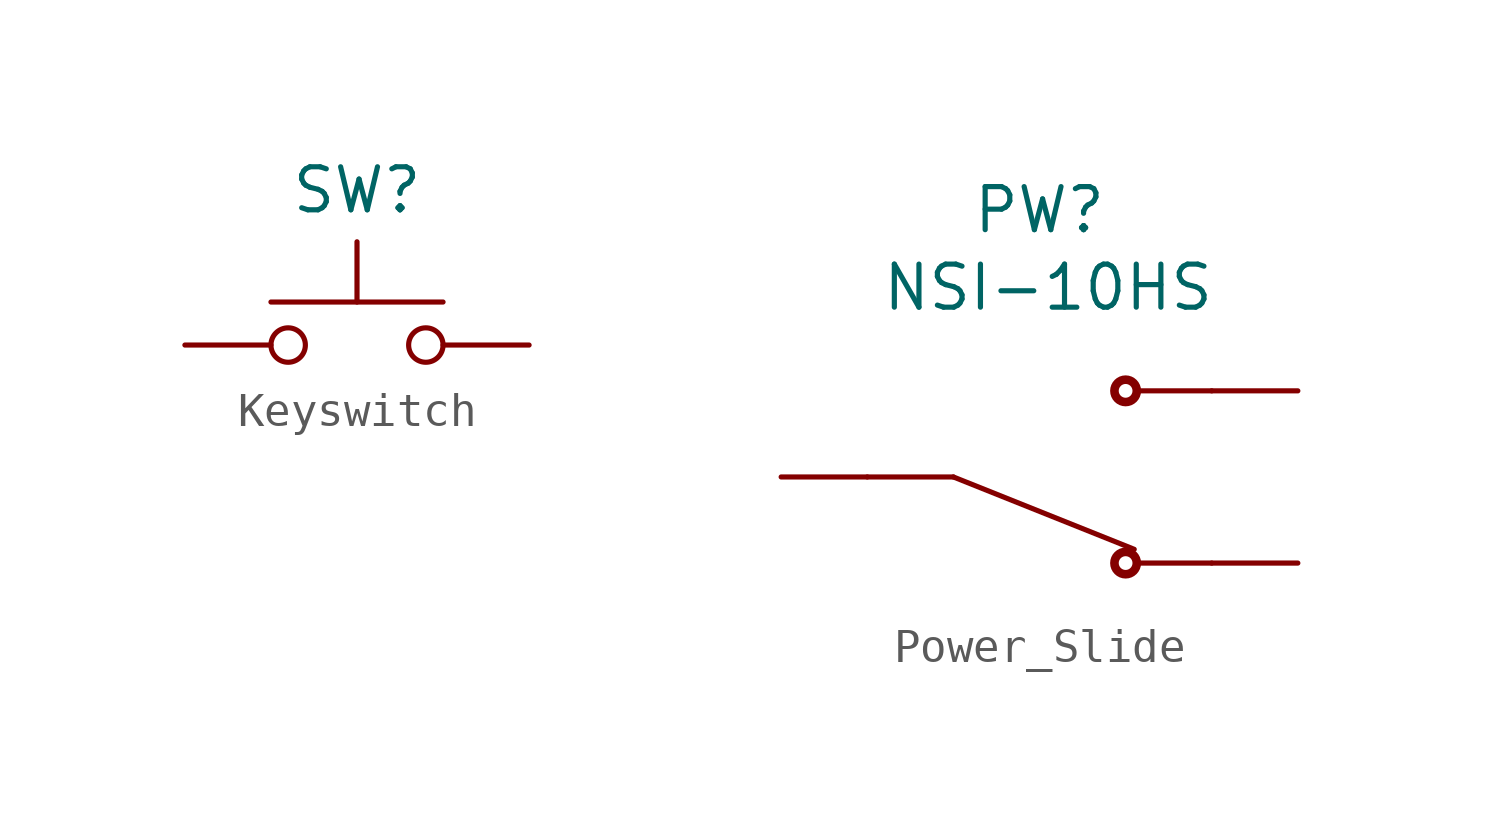
<source format=kicad_sym>
(kicad_symbol_lib
  (version 20241209)
  (generator "kicad_symbol_editor")
  (generator_version "9.0")
  (symbol "Keyswitch"
    (pin_numbers
      (hide yes))
    (pin_names
      (hide yes))
    (property "Reference" "SW"
      (at 0 4.572 0)
      (effects (font (size 1.27 1.27))))
    (symbol "Keyswitch_0_1"
      (circle (center -2.032 0) (radius 0.508) (stroke (width 0) (type default)) (fill (type none)))
      (polyline (pts (xy 0 1.27) (xy 0 3.048)) (stroke (width 0) (type default)) (fill (type none)))
      (circle (center 2.032 0) (radius 0.508) (stroke (width 0) (type default)) (fill (type none)))
      (polyline (pts (xy 2.54 1.27) (xy -2.54 1.27)) (stroke (width 0) (type default)) (fill (type none)))
      (pin passive line (at -5.08 0 0) (length 2.54) (name "1" (effects (font (size 1.27 1.27)))) (number "1" (effects (font (size 1.27 1.27)))))
      (pin passive line (at 5.08 0 180) (length 2.54) (name "2" (effects (font (size 1.27 1.27)))) (number "2" (effects (font (size 1.27 1.27)))))))
  (symbol "Power_Slide"
    (pin_numbers
      (hide yes))
    (pin_names
      (hide yes))
    (property "Reference" "PW"
      (at 0 7.874 0)
      (effects (font (size 1.27 1.27))))
    (property "Value" "NSI-10HS"
      (at 0.254 5.588 0)
      (effects (font (size 1.27 1.27))))
    (symbol "Power_Slide_0_0"
      (circle (center 2.54 2.54) (radius 0.33) (stroke (width 0.254) (type default)) (fill (type none)))
      (circle (center 2.54 -2.54) (radius 0.33) (stroke (width 0.254) (type default)) (fill (type none)))
      (pin passive line (at -7.62 0 0) (length 2.54) (name "~" (effects (font (size 1.016 1.016)))) (number "1" (effects (font (size 1.016 1.016)))))
      (pin passive line (at 7.62 2.54 180) (length 2.54) (name "~" (effects (font (size 1.016 1.016)))) (number "2" (effects (font (size 1.016 1.016)))))
      (pin passive line (at 7.62 -2.54 180) (length 2.54) (name "~" (effects (font (size 1.016 1.016)))) (number "3" (effects (font (size 1.016 1.016))))))
    (symbol "Power_Slide_1_0"
      (polyline (pts (xy -2.54 0) (xy -5.08 0)) (stroke (width 0.152) (type default)) (fill (type none)))
      (polyline (pts (xy -2.54 0) (xy 2.794 -2.134)) (stroke (width 0.152) (type default)) (fill (type none)))
      (polyline (pts (xy 5.08 2.54) (xy 2.921 2.54)) (stroke (width 0.152) (type default)) (fill (type none)))
      (polyline (pts (xy 5.08 -2.54) (xy 2.921 -2.54)) (stroke (width 0.152) (type default)) (fill (type none))))))
</source>
